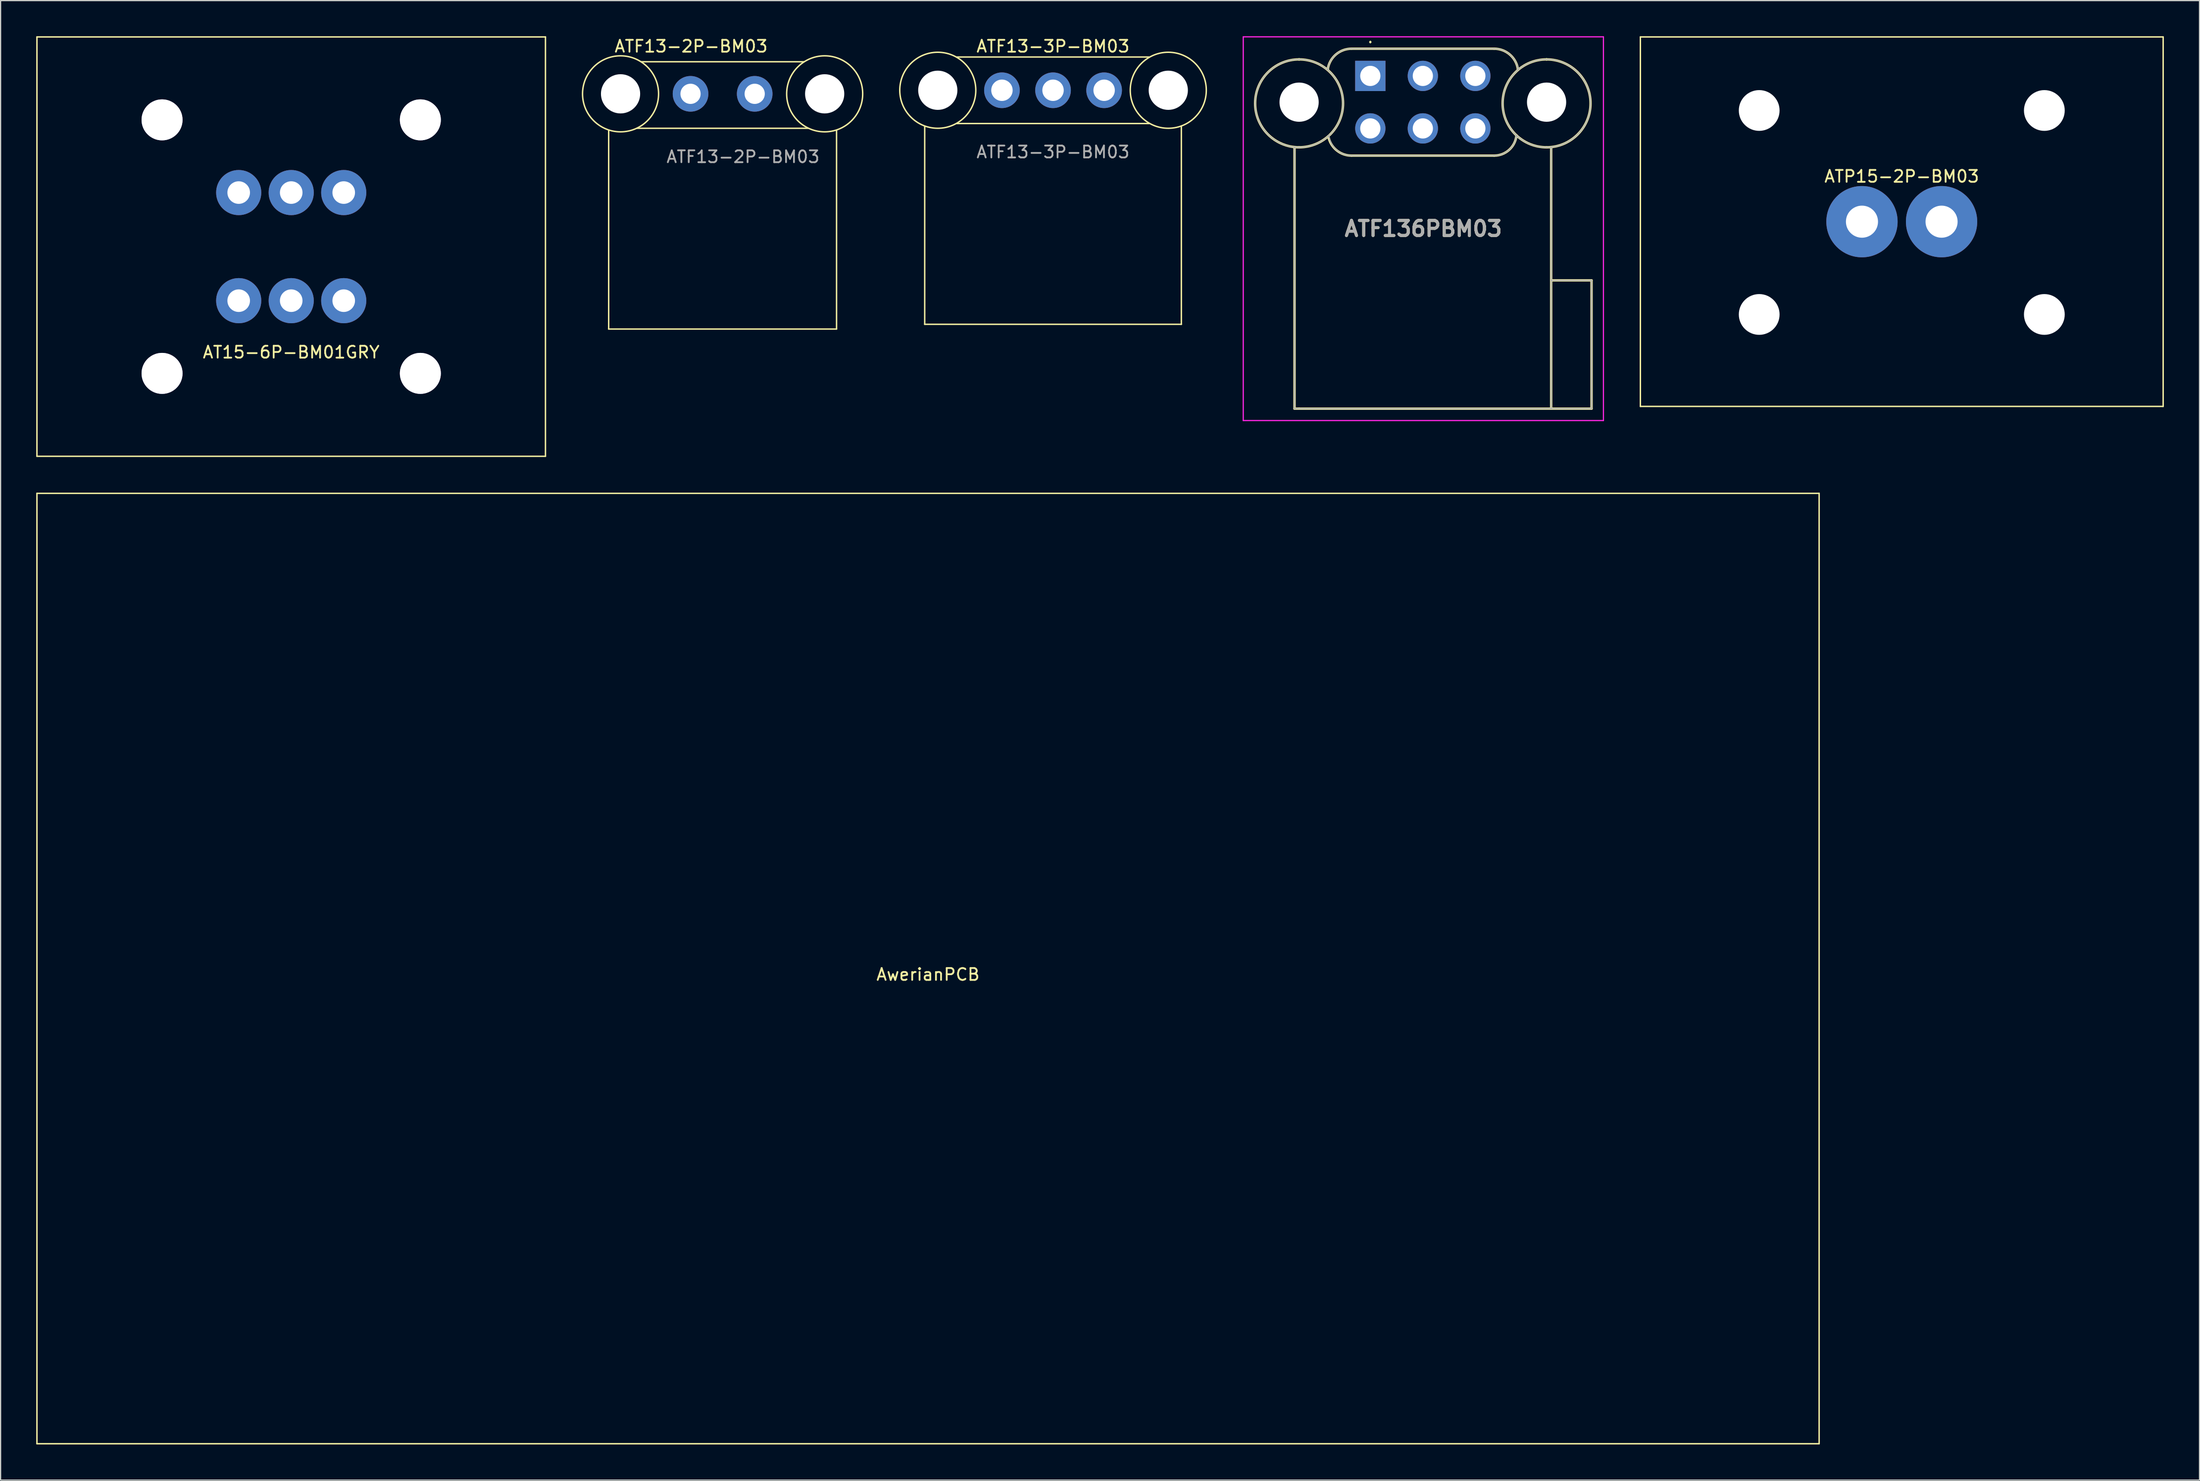
<source format=kicad_pcb>
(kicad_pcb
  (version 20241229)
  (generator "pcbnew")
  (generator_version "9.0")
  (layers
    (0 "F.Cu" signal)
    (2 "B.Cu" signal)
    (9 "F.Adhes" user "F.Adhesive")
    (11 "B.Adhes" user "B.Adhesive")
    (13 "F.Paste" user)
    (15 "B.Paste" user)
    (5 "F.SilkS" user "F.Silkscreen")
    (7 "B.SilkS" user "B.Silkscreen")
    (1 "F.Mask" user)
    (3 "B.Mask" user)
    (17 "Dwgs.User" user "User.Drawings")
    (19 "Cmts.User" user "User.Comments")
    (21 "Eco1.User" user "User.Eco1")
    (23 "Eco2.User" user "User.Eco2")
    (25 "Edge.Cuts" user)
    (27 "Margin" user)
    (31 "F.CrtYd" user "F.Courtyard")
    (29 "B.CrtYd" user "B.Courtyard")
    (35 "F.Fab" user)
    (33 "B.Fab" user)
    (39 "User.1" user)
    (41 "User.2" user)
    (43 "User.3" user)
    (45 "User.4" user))
  (footprint "ATP15-2P-BM03"
    (layer "F.Cu")
    (at 157.015 15.61)
    (property "Reference" "ATP15-2P-BM03" (at 0 -3.81 0) (layer "F.SilkS") (effects (font (size 1 1) (thickness 0.15))))
    (attr through_hole)
    (fp_line (start -22 -15.55) (end 22 -15.55) (stroke (width 0.12) (type solid)) (layer "F.SilkS"))
    (fp_line (start -22 15.55) (end -22 -15.55) (stroke (width 0.12) (type solid)) (layer "F.SilkS"))
    (fp_line (start 22 -15.55) (end 22 15.55) (stroke (width 0.12) (type solid)) (layer "F.SilkS"))
    (fp_line (start 22 15.55) (end -22 15.55) (stroke (width 0.12) (type solid)) (layer "F.SilkS"))
    (pad "" np_thru_hole circle (at -12 -9.36) (size 3.43 3.43) (drill 3.43) (layers "*.Cu" "*.Mask"))
    (pad "" np_thru_hole circle (at -12 7.81) (size 3.43 3.43) (drill 3.43) (layers "*.Cu" "*.Mask"))
    (pad "" np_thru_hole circle (at 12 -9.36) (size 3.43 3.43) (drill 3.43) (layers "*.Cu" "*.Mask"))
    (pad "" np_thru_hole circle (at 12 7.81) (size 3.43 3.43) (drill 3.43) (layers "*.Cu" "*.Mask"))
    (pad "1" thru_hole circle (at -3.35 0) (size 6 6) (drill 2.7) (layers "*.Cu" "*.Mask"))
    (pad "2" thru_hole circle (at 3.35 0) (size 6 6) (drill 2.7) (layers "*.Cu" "*.Mask")))
  (footprint "AwerianPCB"
    (layer "F.Cu")
    (at 75.06 78.48)
    (property "Reference" "AwerianPCB" (at 0 0.5 0) (layer "F.SilkS") (effects (font (size 1 1) (thickness 0.15))))
    (attr through_hole)
    (fp_line (start -75 -40) (end -75 40) (stroke (width 0.12) (type solid)) (layer "F.SilkS"))
    (fp_line (start -75 -40) (end 75 -40) (stroke (width 0.12) (type solid)) (layer "F.SilkS"))
    (fp_line (start -75 40) (end 75 40) (stroke (width 0.12) (type solid)) (layer "F.SilkS"))
    (fp_line (start 75 40) (end 75 -40) (stroke (width 0.12) (type solid)) (layer "F.SilkS")))
  (footprint "AT15-6P-BM01GRY"
    (layer "F.Cu")
    (at 21.46 17.71)
    (property "Reference" "AT15-6P-BM01GRY" (at 0 8.89 0) (layer "F.SilkS") (effects (font (size 1 1) (thickness 0.15))))
    (attr through_hole)
    (fp_line (start -21.4 -17.65) (end 21.4 -17.65) (stroke (width 0.12) (type solid)) (layer "F.SilkS"))
    (fp_line (start -21.4 17.65) (end -21.4 -17.65) (stroke (width 0.12) (type solid)) (layer "F.SilkS"))
    (fp_line (start 21.4 -17.65) (end 21.4 17.65) (stroke (width 0.12) (type solid)) (layer "F.SilkS"))
    (fp_line (start 21.4 17.65) (end -21.4 17.65) (stroke (width 0.12) (type solid)) (layer "F.SilkS"))
    (pad "" thru_hole circle (at -10.87 -10.67) (size 3.45 3.45) (drill 3.45) (layers "*.Cu" "*.Mask"))
    (pad "" thru_hole circle (at -10.87 10.67) (size 3.45 3.45) (drill 3.45) (layers "*.Cu" "*.Mask"))
    (pad "" thru_hole circle (at 10.87 -10.67) (size 3.45 3.45) (drill 3.45) (layers "*.Cu" "*.Mask"))
    (pad "" thru_hole circle (at 10.87 10.67) (size 3.45 3.45) (drill 3.45) (layers "*.Cu" "*.Mask"))
    (pad "1" thru_hole circle (at -4.42 -4.55) (size 3.8 3.8) (drill 1.9) (layers "*.Cu" "*.Mask"))
    (pad "2" thru_hole circle (at 0 -4.55) (size 3.8 3.8) (drill 1.9) (layers "*.Cu" "*.Mask"))
    (pad "3" thru_hole circle (at 4.42 -4.55) (size 3.8 3.8) (drill 1.9) (layers "*.Cu" "*.Mask"))
    (pad "4" thru_hole circle (at 4.42 4.55) (size 3.8 3.8) (drill 1.9) (layers "*.Cu" "*.Mask"))
    (pad "5" thru_hole circle (at 0 4.55) (size 3.8 3.8) (drill 1.9) (layers "*.Cu" "*.Mask"))
    (pad "6" thru_hole circle (at -4.42 4.55) (size 3.8 3.8) (drill 1.9) (layers "*.Cu" "*.Mask")))
  (footprint "ATF136PBM03"
    (layer "F.Cu")
    (at 112.285 3.34)
    (property "Reference" "ATF136PBM03" (at 4.463 12.86 0) (layer "F.SilkS") (effects (font (size 1.27 1.27) (thickness 0.254))))
    (attr through_hole)
    (fp_line (start -6.38 6.01) (end -6.38 28.01) (stroke (width 0.2) (type solid)) (layer "F.SilkS"))
    (fp_line (start -6.38 28.01) (end -5.995 28.01) (stroke (width 0.2) (type solid)) (layer "F.SilkS"))
    (fp_line (start -5.995 -1.39) (end -5.995 -1.39) (stroke (width 0.2) (type solid)) (layer "F.SilkS"))
    (fp_line (start -5.995 6.01) (end -5.995 6.01) (stroke (width 0.2) (type solid)) (layer "F.SilkS"))
    (fp_line (start -5.995 28.01) (end 15.22 28.01) (stroke (width 0.2) (type solid)) (layer "F.SilkS"))
    (fp_line (start -3.58 -0.58) (end -3.58 -0.58) (stroke (width 0.2) (type solid)) (layer "F.SilkS"))
    (fp_line (start -3.505 5.21) (end -3.505 5.21) (stroke (width 0.2) (type solid)) (layer "F.SilkS"))
    (fp_line (start -1.58 -2.29) (end 10.42 -2.29) (stroke (width 0.2) (type solid)) (layer "F.SilkS"))
    (fp_line (start -1.58 6.71) (end 10.42 6.71) (stroke (width 0.2) (type solid)) (layer "F.SilkS"))
    (fp_line (start 0 -2.9) (end 0 -2.9) (stroke (width 0.1) (type solid)) (layer "F.SilkS"))
    (fp_line (start 0 -2.8) (end 0 -2.8) (stroke (width 0.1) (type solid)) (layer "F.SilkS"))
    (fp_line (start 10.42 -2.29) (end 10.42 -2.29) (stroke (width 0.2) (type solid)) (layer "F.SilkS"))
    (fp_line (start 10.42 6.71) (end 10.42 6.71) (stroke (width 0.2) (type solid)) (layer "F.SilkS"))
    (fp_line (start 12.42 -0.58) (end 12.42 -0.58) (stroke (width 0.2) (type solid)) (layer "F.SilkS"))
    (fp_line (start 14.835 -1.39) (end 14.835 -1.39) (stroke (width 0.2) (type solid)) (layer "F.SilkS"))
    (fp_line (start 14.835 6.01) (end 14.835 6.01) (stroke (width 0.2) (type solid)) (layer "F.SilkS"))
    (fp_line (start 15.22 17.21) (end 18.62 17.21) (stroke (width 0.2) (type solid)) (layer "F.SilkS"))
    (fp_line (start 15.22 28.01) (end 15.22 6.01) (stroke (width 0.2) (type solid)) (layer "F.SilkS"))
    (fp_line (start 18.62 17.21) (end 18.62 28.01) (stroke (width 0.2) (type solid)) (layer "F.SilkS"))
    (fp_line (start 18.62 28.01) (end 15.22 28.01) (stroke (width 0.2) (type solid)) (layer "F.SilkS"))
    (fp_arc (start -5.995 -1.39) (mid -2.295 2.31) (end -5.995 6.01) (stroke (width 0.2) (type solid)) (layer "F.SilkS"))
    (fp_arc (start -5.995 6.01) (mid -9.695 2.31) (end -5.995 -1.39) (stroke (width 0.2) (type solid)) (layer "F.SilkS"))
    (fp_arc (start -3.58 -0.58) (mid -2.895218 -1.804692) (end -1.578707 -2.290076) (stroke (width 0.2) (type solid)) (layer "F.SilkS"))
    (fp_arc (start -1.578571 6.710157) (mid -2.799692 6.29127) (end -3.505 5.21) (stroke (width 0.2) (type solid)) (layer "F.SilkS"))
    (fp_arc (start 0 -2.9) (mid 0.05 -2.85) (end 0 -2.8) (stroke (width 0.1) (type solid)) (layer "F.SilkS"))
    (fp_arc (start 0 -2.8) (mid -0.05 -2.85) (end 0 -2.9) (stroke (width 0.1) (type solid)) (layer "F.SilkS"))
    (fp_arc (start 10.42 -2.29) (mid 11.736151 -1.803794) (end 12.420125 -0.578711) (stroke (width 0.2) (type solid)) (layer "F.SilkS"))
    (fp_arc (start 12.300119 4.999224) (mid 11.690984 6.218294) (end 10.42 6.71) (stroke (width 0.2) (type solid)) (layer "F.SilkS"))
    (fp_arc (start 14.835 -1.39) (mid 18.535 2.31) (end 14.835 6.01) (stroke (width 0.2) (type solid)) (layer "F.SilkS"))
    (fp_arc (start 14.835 6.01) (mid 11.135 2.31) (end 14.835 -1.39) (stroke (width 0.2) (type solid)) (layer "F.SilkS"))
    (fp_line (start -10.695 -3.29) (end 19.62 -3.29) (stroke (width 0.1) (type solid)) (layer "F.CrtYd"))
    (fp_line (start -10.695 29.01) (end -10.695 -3.29) (stroke (width 0.1) (type solid)) (layer "F.CrtYd"))
    (fp_line (start 19.62 -3.29) (end 19.62 29.01) (stroke (width 0.1) (type solid)) (layer "F.CrtYd"))
    (fp_line (start 19.62 29.01) (end -10.695 29.01) (stroke (width 0.1) (type solid)) (layer "F.CrtYd"))
    (fp_line (start -6.38 6.01) (end -6.38 28.01) (stroke (width 0.1) (type solid)) (layer "F.Fab"))
    (fp_line (start -6.38 28.01) (end 15.22 28.01) (stroke (width 0.1) (type solid)) (layer "F.Fab"))
    (fp_line (start -5.995 -1.39) (end -5.995 -1.39) (stroke (width 0.1) (type solid)) (layer "F.Fab"))
    (fp_line (start -5.995 6.01) (end -5.995 6.01) (stroke (width 0.1) (type solid)) (layer "F.Fab"))
    (fp_line (start -3.58 -0.58) (end -3.58 -0.58) (stroke (width 0.1) (type solid)) (layer "F.Fab"))
    (fp_line (start -3.505 5) (end -3.505 5) (stroke (width 0.1) (type solid)) (layer "F.Fab"))
    (fp_line (start -1.58 -2.29) (end 10.42 -2.29) (stroke (width 0.1) (type solid)) (layer "F.Fab"))
    (fp_line (start -1.58 6.71) (end 10.42 6.71) (stroke (width 0.1) (type solid)) (layer "F.Fab"))
    (fp_line (start 10.42 -2.29) (end 10.42 -2.29) (stroke (width 0.1) (type solid)) (layer "F.Fab"))
    (fp_line (start 10.42 6.71) (end 10.42 6.71) (stroke (width 0.1) (type solid)) (layer "F.Fab"))
    (fp_line (start 10.42 6.71) (end 10.42 6.71) (stroke (width 0.1) (type solid)) (layer "F.Fab"))
    (fp_line (start 12.3 5) (end 12.27 5.21) (stroke (width 0.1) (type solid)) (layer "F.Fab"))
    (fp_line (start 12.42 -0.58) (end 12.42 -0.79) (stroke (width 0.1) (type solid)) (layer "F.Fab"))
    (fp_line (start 14.835 -1.39) (end 14.835 -1.39) (stroke (width 0.1) (type solid)) (layer "F.Fab"))
    (fp_line (start 14.835 6.01) (end 14.835 6.01) (stroke (width 0.1) (type solid)) (layer "F.Fab"))
    (fp_line (start 15.22 17.21) (end 18.62 17.21) (stroke (width 0.1) (type solid)) (layer "F.Fab"))
    (fp_line (start 15.22 28.01) (end 15.22 6.01) (stroke (width 0.1) (type solid)) (layer "F.Fab"))
    (fp_line (start 18.62 17.21) (end 18.62 28.01) (stroke (width 0.1) (type solid)) (layer "F.Fab"))
    (fp_line (start 18.62 28.01) (end 15.22 28.01) (stroke (width 0.1) (type solid)) (layer "F.Fab"))
    (fp_arc (start -5.995 -1.39) (mid -2.295 2.31) (end -5.995 6.01) (stroke (width 0.1) (type solid)) (layer "F.Fab"))
    (fp_arc (start -5.995 6.01) (mid -9.695 2.31) (end -5.995 -1.39) (stroke (width 0.1) (type solid)) (layer "F.Fab"))
    (fp_arc (start -3.58 -0.58) (mid -2.895218 -1.804692) (end -1.578707 -2.290076) (stroke (width 0.1) (type solid)) (layer "F.Fab"))
    (fp_arc (start -1.581035 6.710014) (mid -2.867804 6.22043) (end -3.505 5) (stroke (width 0.1) (type solid)) (layer "F.Fab"))
    (fp_arc (start 10.42 -2.29) (mid 11.736151 -1.803794) (end 12.420125 -0.578711) (stroke (width 0.1) (type solid)) (layer "F.Fab"))
    (fp_arc (start 12.300119 4.999224) (mid 11.690984 6.218294) (end 10.42 6.71) (stroke (width 0.1) (type solid)) (layer "F.Fab"))
    (fp_arc (start 14.835 -1.39) (mid 18.535 2.31) (end 14.835 6.01) (stroke (width 0.1) (type solid)) (layer "F.Fab"))
    (fp_arc (start 14.835 6.01) (mid 11.135 2.31) (end 14.835 -1.39) (stroke (width 0.1) (type solid)) (layer "F.Fab"))
    (fp_text user "${REFERENCE}" (at 4.463 12.86 0) (layer "F.Fab") (effects (font (size 1.27 1.27) (thickness 0.254))))
    (pad "" np_thru_hole circle (at -5.995 2.21) (size 3.3 3.3) (drill 3.3) (layers "*.Cu" "*.Mask"))
    (pad "" np_thru_hole circle (at 14.835 2.21) (size 3.3 3.3) (drill 3.3) (layers "*.Cu" "*.Mask"))
    (pad "1" thru_hole rect (at 0 0) (size 2.55 2.55) (drill 1.7) (layers "*.Cu" "*.Mask"))
    (pad "2" thru_hole circle (at 4.42 0) (size 2.55 2.55) (drill 1.7) (layers "*.Cu" "*.Mask"))
    (pad "3" thru_hole circle (at 8.84 0) (size 2.55 2.55) (drill 1.7) (layers "*.Cu" "*.Mask"))
    (pad "4" thru_hole circle (at 8.84 4.42) (size 2.55 2.55) (drill 1.7) (layers "*.Cu" "*.Mask"))
    (pad "5" thru_hole circle (at 4.42 4.42) (size 2.55 2.55) (drill 1.7) (layers "*.Cu" "*.Mask"))
    (pad "6" thru_hole circle (at 0 4.42) (size 2.55 2.55) (drill 1.7) (layers "*.Cu" "*.Mask")))
  (footprint "ATF13-2P-BM03"
    (layer "F.Cu")
    (at 55.07 4.848)
    (property "Reference" "ATF13-2P-BM03" (at 0.05 -4 0) (unlocked yes) (layer "F.SilkS") (effects (font (size 1 1) (thickness 0.15))))
    (attr through_hole)
    (fp_line (start -6.89 19.8) (end -6.89 3.09) (stroke (width 0.12) (type default)) (layer "F.SilkS"))
    (fp_line (start -4.503 2.9) (end 9.902 2.9) (stroke (width 0.12) (type default)) (layer "F.SilkS"))
    (fp_line (start -4.15 -2.7) (end 9.55 -2.7) (stroke (width 0.12) (type default)) (layer "F.SilkS"))
    (fp_line (start 12.29 3.09) (end 12.29 19.8) (stroke (width 0.12) (type default)) (layer "F.SilkS"))
    (fp_line (start 12.29 19.8) (end -6.89 19.8) (stroke (width 0.12) (type default)) (layer "F.SilkS"))
    (fp_circle (center -5.89 0) (end -2.69 0) (stroke (width 0.12) (type default)) (fill no) (layer "F.SilkS"))
    (fp_circle (center 11.29 0) (end 14.49 0) (stroke (width 0.12) (type default)) (fill no) (layer "F.SilkS"))
    (fp_text user "${REFERENCE}" (at 4.42 5.3 0) (unlocked yes) (layer "F.Fab") (effects (font (size 1 1) (thickness 0.15))))
    (pad "" np_thru_hole circle (at -5.89 0) (size 3.3 3.3) (drill 3.3) (layers "*.Cu" "*.Mask"))
    (pad "" np_thru_hole circle (at 11.29 0) (size 3.3 3.3) (drill 3.3) (layers "*.Cu" "*.Mask"))
    (pad "1" thru_hole circle (at 0 0) (size 3 3) (drill 1.7) (layers "*.Cu" "*.Mask"))
    (pad "2" thru_hole circle (at 5.4 0) (size 3 3) (drill 1.7) (layers "*.Cu" "*.Mask")))
  (footprint "ATF13-3P-BM03"
    (layer "F.Cu")
    (at 81.28 4.548)
    (property "Reference" "ATF13-3P-BM03" (at 4.3 -3.7 0) (unlocked yes) (layer "F.SilkS") (effects (font (size 1 1) (thickness 0.15))))
    (attr through_hole)
    (fp_line (start -6.5 19.7) (end -6.5 3.05) (stroke (width 0.12) (type default)) (layer "F.SilkS"))
    (fp_line (start -3.8 -2.8) (end 12.4 -2.8) (stroke (width 0.12) (type default)) (layer "F.SilkS"))
    (fp_line (start -3.8 2.8) (end 12.4 2.8) (stroke (width 0.12) (type default)) (layer "F.SilkS"))
    (fp_line (start 15.1 3) (end 15.1 19.7) (stroke (width 0.12) (type default)) (layer "F.SilkS"))
    (fp_line (start 15.1 19.7) (end -6.5 19.7) (stroke (width 0.12) (type default)) (layer "F.SilkS"))
    (fp_circle (center -5.4 0) (end -2.2 0) (stroke (width 0.12) (type default)) (fill no) (layer "F.SilkS"))
    (fp_circle (center 14 0) (end 17.2 0) (stroke (width 0.12) (type default)) (fill no) (layer "F.SilkS"))
    (fp_text user "${REFERENCE}" (at 4.3 5.2 0) (unlocked yes) (layer "F.Fab") (effects (font (size 1 1) (thickness 0.15))))
    (pad "" np_thru_hole circle (at -5.4 0) (size 3.3 3.3) (drill 3.3) (layers "*.Cu" "*.Mask"))
    (pad "" np_thru_hole circle (at 14 0) (size 3.3 3.3) (drill 3.3) (layers "*.Cu" "*.Mask"))
    (pad "1" thru_hole circle (at 0 0) (size 3 3) (drill 1.8) (layers "*.Cu" "*.Mask"))
    (pad "2" thru_hole circle (at 4.3 0) (size 3 3) (drill 1.8) (layers "*.Cu" "*.Mask"))
    (pad "3" thru_hole circle (at 8.6 0) (size 3 3) (drill 1.8) (layers "*.Cu" "*.Mask")))
  (gr_rect
    (start -3 -3)
    (end 182.075 121.54)
    (stroke (width 0.1) (type default))
    (fill no)
    (layer "Edge.Cuts")))
</source>
